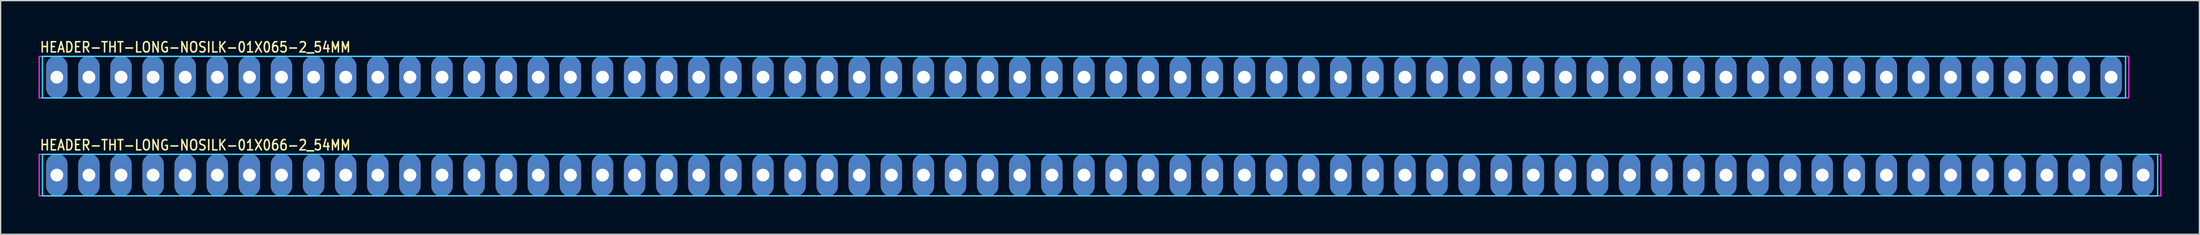
<source format=kicad_pcb>
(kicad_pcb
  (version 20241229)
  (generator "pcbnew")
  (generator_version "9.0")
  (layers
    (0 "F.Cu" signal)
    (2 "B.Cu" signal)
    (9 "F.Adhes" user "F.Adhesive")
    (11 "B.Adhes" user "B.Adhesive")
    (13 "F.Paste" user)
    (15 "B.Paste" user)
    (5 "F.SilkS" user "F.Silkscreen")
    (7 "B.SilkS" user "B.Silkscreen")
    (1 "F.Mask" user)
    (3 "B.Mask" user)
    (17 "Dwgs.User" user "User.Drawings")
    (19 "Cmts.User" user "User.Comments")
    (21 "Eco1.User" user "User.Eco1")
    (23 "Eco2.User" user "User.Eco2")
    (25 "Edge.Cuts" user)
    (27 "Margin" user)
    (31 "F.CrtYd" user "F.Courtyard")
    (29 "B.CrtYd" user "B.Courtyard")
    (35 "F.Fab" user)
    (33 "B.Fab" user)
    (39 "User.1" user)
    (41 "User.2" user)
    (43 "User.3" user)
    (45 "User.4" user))
  (footprint "HEADER-THT-LONG-NOSILK-01X066-2_54MM"
    (layer "F.Cu")
    (at 1.447 10.858)
    (property "Reference" "HEADER-THT-LONG-NOSILK-01X066-2_54MM" (at -1.4 -1.9 0) (unlocked yes) (layer "F.SilkS") (effects (font (size 0.813 0.695) (thickness 0.122)) (justify left bottom)))
    (fp_poly (pts (xy -1.143 -1.651) (xy 166.243 -1.651) (xy 166.243 1.651) (xy -1.143 1.651)) (stroke (width 0.1) (type solid)) (fill no) (layer "B.CrtYd"))
    (fp_poly (pts (xy -1.397 -1.651) (xy 166.497 -1.651) (xy 166.497 1.651) (xy -1.397 1.651)) (stroke (width 0.1) (type solid)) (fill no) (layer "F.CrtYd"))
    (pad "P$1" thru_hole oval (at 0 0 90) (size 3.387 1.693) (drill 1.016) (layers "*.Cu" "*.Mask"))
    (pad "P$2" thru_hole oval (at 2.54 0 90) (size 3.387 1.693) (drill 1.016) (layers "*.Cu" "*.Mask"))
    (pad "P$3" thru_hole oval (at 5.08 0 90) (size 3.387 1.693) (drill 1.016) (layers "*.Cu" "*.Mask"))
    (pad "P$4" thru_hole oval (at 7.62 0 90) (size 3.387 1.693) (drill 1.016) (layers "*.Cu" "*.Mask"))
    (pad "P$5" thru_hole oval (at 10.16 0 90) (size 3.387 1.693) (drill 1.016) (layers "*.Cu" "*.Mask"))
    (pad "P$6" thru_hole oval (at 12.7 0 90) (size 3.387 1.693) (drill 1.016) (layers "*.Cu" "*.Mask"))
    (pad "P$7" thru_hole oval (at 15.24 0 90) (size 3.387 1.693) (drill 1.016) (layers "*.Cu" "*.Mask"))
    (pad "P$8" thru_hole oval (at 17.78 0 90) (size 3.387 1.693) (drill 1.016) (layers "*.Cu" "*.Mask"))
    (pad "P$9" thru_hole oval (at 20.32 0 90) (size 3.387 1.693) (drill 1.016) (layers "*.Cu" "*.Mask"))
    (pad "P$10" thru_hole oval (at 22.86 0 90) (size 3.387 1.693) (drill 1.016) (layers "*.Cu" "*.Mask"))
    (pad "P$11" thru_hole oval (at 25.4 0 90) (size 3.387 1.693) (drill 1.016) (layers "*.Cu" "*.Mask"))
    (pad "P$12" thru_hole oval (at 27.94 0 90) (size 3.387 1.693) (drill 1.016) (layers "*.Cu" "*.Mask"))
    (pad "P$13" thru_hole oval (at 30.48 0 90) (size 3.387 1.693) (drill 1.016) (layers "*.Cu" "*.Mask"))
    (pad "P$14" thru_hole oval (at 33.02 0 90) (size 3.387 1.693) (drill 1.016) (layers "*.Cu" "*.Mask"))
    (pad "P$15" thru_hole oval (at 35.56 0 90) (size 3.387 1.693) (drill 1.016) (layers "*.Cu" "*.Mask"))
    (pad "P$16" thru_hole oval (at 38.1 0 90) (size 3.387 1.693) (drill 1.016) (layers "*.Cu" "*.Mask"))
    (pad "P$17" thru_hole oval (at 40.64 0 90) (size 3.387 1.693) (drill 1.016) (layers "*.Cu" "*.Mask"))
    (pad "P$18" thru_hole oval (at 43.18 0 90) (size 3.387 1.693) (drill 1.016) (layers "*.Cu" "*.Mask"))
    (pad "P$19" thru_hole oval (at 45.72 0 90) (size 3.387 1.693) (drill 1.016) (layers "*.Cu" "*.Mask"))
    (pad "P$20" thru_hole oval (at 48.26 0 90) (size 3.387 1.693) (drill 1.016) (layers "*.Cu" "*.Mask"))
    (pad "P$21" thru_hole oval (at 50.8 0 90) (size 3.387 1.693) (drill 1.016) (layers "*.Cu" "*.Mask"))
    (pad "P$22" thru_hole oval (at 53.34 0 90) (size 3.387 1.693) (drill 1.016) (layers "*.Cu" "*.Mask"))
    (pad "P$23" thru_hole oval (at 55.88 0 90) (size 3.387 1.693) (drill 1.016) (layers "*.Cu" "*.Mask"))
    (pad "P$24" thru_hole oval (at 58.42 0 90) (size 3.387 1.693) (drill 1.016) (layers "*.Cu" "*.Mask"))
    (pad "P$25" thru_hole oval (at 60.96 0 90) (size 3.387 1.693) (drill 1.016) (layers "*.Cu" "*.Mask"))
    (pad "P$26" thru_hole oval (at 63.5 0 90) (size 3.387 1.693) (drill 1.016) (layers "*.Cu" "*.Mask"))
    (pad "P$27" thru_hole oval (at 66.04 0 90) (size 3.387 1.693) (drill 1.016) (layers "*.Cu" "*.Mask"))
    (pad "P$28" thru_hole oval (at 68.58 0 90) (size 3.387 1.693) (drill 1.016) (layers "*.Cu" "*.Mask"))
    (pad "P$29" thru_hole oval (at 71.12 0 90) (size 3.387 1.693) (drill 1.016) (layers "*.Cu" "*.Mask"))
    (pad "P$30" thru_hole oval (at 73.66 0 90) (size 3.387 1.693) (drill 1.016) (layers "*.Cu" "*.Mask"))
    (pad "P$31" thru_hole oval (at 76.2 0 90) (size 3.387 1.693) (drill 1.016) (layers "*.Cu" "*.Mask"))
    (pad "P$32" thru_hole oval (at 78.74 0 90) (size 3.387 1.693) (drill 1.016) (layers "*.Cu" "*.Mask"))
    (pad "P$33" thru_hole oval (at 81.28 0 90) (size 3.387 1.693) (drill 1.016) (layers "*.Cu" "*.Mask"))
    (pad "P$34" thru_hole oval (at 83.82 0 90) (size 3.387 1.693) (drill 1.016) (layers "*.Cu" "*.Mask"))
    (pad "P$35" thru_hole oval (at 86.36 0 90) (size 3.387 1.693) (drill 1.016) (layers "*.Cu" "*.Mask"))
    (pad "P$36" thru_hole oval (at 88.9 0 90) (size 3.387 1.693) (drill 1.016) (layers "*.Cu" "*.Mask"))
    (pad "P$37" thru_hole oval (at 91.44 0 90) (size 3.387 1.693) (drill 1.016) (layers "*.Cu" "*.Mask"))
    (pad "P$38" thru_hole oval (at 93.98 0 90) (size 3.387 1.693) (drill 1.016) (layers "*.Cu" "*.Mask"))
    (pad "P$39" thru_hole oval (at 96.52 0 90) (size 3.387 1.693) (drill 1.016) (layers "*.Cu" "*.Mask"))
    (pad "P$40" thru_hole oval (at 99.06 0 90) (size 3.387 1.693) (drill 1.016) (layers "*.Cu" "*.Mask"))
    (pad "P$41" thru_hole oval (at 101.6 0 90) (size 3.387 1.693) (drill 1.016) (layers "*.Cu" "*.Mask"))
    (pad "P$42" thru_hole oval (at 104.14 0 90) (size 3.387 1.693) (drill 1.016) (layers "*.Cu" "*.Mask"))
    (pad "P$43" thru_hole oval (at 106.68 0 90) (size 3.387 1.693) (drill 1.016) (layers "*.Cu" "*.Mask"))
    (pad "P$44" thru_hole oval (at 109.22 0 90) (size 3.387 1.693) (drill 1.016) (layers "*.Cu" "*.Mask"))
    (pad "P$45" thru_hole oval (at 111.76 0 90) (size 3.387 1.693) (drill 1.016) (layers "*.Cu" "*.Mask"))
    (pad "P$46" thru_hole oval (at 114.3 0 90) (size 3.387 1.693) (drill 1.016) (layers "*.Cu" "*.Mask"))
    (pad "P$47" thru_hole oval (at 116.84 0 90) (size 3.387 1.693) (drill 1.016) (layers "*.Cu" "*.Mask"))
    (pad "P$48" thru_hole oval (at 119.38 0 90) (size 3.387 1.693) (drill 1.016) (layers "*.Cu" "*.Mask"))
    (pad "P$49" thru_hole oval (at 121.92 0 90) (size 3.387 1.693) (drill 1.016) (layers "*.Cu" "*.Mask"))
    (pad "P$50" thru_hole oval (at 124.46 0 90) (size 3.387 1.693) (drill 1.016) (layers "*.Cu" "*.Mask"))
    (pad "P$51" thru_hole oval (at 127 0 90) (size 3.387 1.693) (drill 1.016) (layers "*.Cu" "*.Mask"))
    (pad "P$52" thru_hole oval (at 129.54 0 90) (size 3.387 1.693) (drill 1.016) (layers "*.Cu" "*.Mask"))
    (pad "P$53" thru_hole oval (at 132.08 0 90) (size 3.387 1.693) (drill 1.016) (layers "*.Cu" "*.Mask"))
    (pad "P$54" thru_hole oval (at 134.62 0 90) (size 3.387 1.693) (drill 1.016) (layers "*.Cu" "*.Mask"))
    (pad "P$55" thru_hole oval (at 137.16 0 90) (size 3.387 1.693) (drill 1.016) (layers "*.Cu" "*.Mask"))
    (pad "P$56" thru_hole oval (at 139.7 0 90) (size 3.387 1.693) (drill 1.016) (layers "*.Cu" "*.Mask"))
    (pad "P$57" thru_hole oval (at 142.24 0 90) (size 3.387 1.693) (drill 1.016) (layers "*.Cu" "*.Mask"))
    (pad "P$58" thru_hole oval (at 144.78 0 90) (size 3.387 1.693) (drill 1.016) (layers "*.Cu" "*.Mask"))
    (pad "P$59" thru_hole oval (at 147.32 0 90) (size 3.387 1.693) (drill 1.016) (layers "*.Cu" "*.Mask"))
    (pad "P$60" thru_hole oval (at 149.86 0 90) (size 3.387 1.693) (drill 1.016) (layers "*.Cu" "*.Mask"))
    (pad "P$61" thru_hole oval (at 152.4 0 90) (size 3.387 1.693) (drill 1.016) (layers "*.Cu" "*.Mask"))
    (pad "P$62" thru_hole oval (at 154.94 0 90) (size 3.387 1.693) (drill 1.016) (layers "*.Cu" "*.Mask"))
    (pad "P$63" thru_hole oval (at 157.48 0 90) (size 3.387 1.693) (drill 1.016) (layers "*.Cu" "*.Mask"))
    (pad "P$64" thru_hole oval (at 160.02 0 90) (size 3.387 1.693) (drill 1.016) (layers "*.Cu" "*.Mask"))
    (pad "P$65" thru_hole oval (at 162.56 0 90) (size 3.387 1.693) (drill 1.016) (layers "*.Cu" "*.Mask"))
    (pad "P$66" thru_hole oval (at 165.1 0 90) (size 3.387 1.693) (drill 1.016) (layers "*.Cu" "*.Mask")))
  (footprint "HEADER-THT-LONG-NOSILK-01X065-2_54MM"
    (layer "F.Cu")
    (at 1.447 3.079)
    (property "Reference" "HEADER-THT-LONG-NOSILK-01X065-2_54MM" (at -1.4 -1.9 0) (unlocked yes) (layer "F.SilkS") (effects (font (size 0.813 0.695) (thickness 0.122)) (justify left bottom)))
    (fp_poly (pts (xy -1.143 -1.651) (xy 163.703 -1.651) (xy 163.703 1.651) (xy -1.143 1.651)) (stroke (width 0.1) (type solid)) (fill no) (layer "B.CrtYd"))
    (fp_poly (pts (xy -1.397 -1.651) (xy 163.957 -1.651) (xy 163.957 1.651) (xy -1.397 1.651)) (stroke (width 0.1) (type solid)) (fill no) (layer "F.CrtYd"))
    (pad "P$1" thru_hole oval (at 0 0 90) (size 3.387 1.693) (drill 1.016) (layers "*.Cu" "*.Mask"))
    (pad "P$2" thru_hole oval (at 2.54 0 90) (size 3.387 1.693) (drill 1.016) (layers "*.Cu" "*.Mask"))
    (pad "P$3" thru_hole oval (at 5.08 0 90) (size 3.387 1.693) (drill 1.016) (layers "*.Cu" "*.Mask"))
    (pad "P$4" thru_hole oval (at 7.62 0 90) (size 3.387 1.693) (drill 1.016) (layers "*.Cu" "*.Mask"))
    (pad "P$5" thru_hole oval (at 10.16 0 90) (size 3.387 1.693) (drill 1.016) (layers "*.Cu" "*.Mask"))
    (pad "P$6" thru_hole oval (at 12.7 0 90) (size 3.387 1.693) (drill 1.016) (layers "*.Cu" "*.Mask"))
    (pad "P$7" thru_hole oval (at 15.24 0 90) (size 3.387 1.693) (drill 1.016) (layers "*.Cu" "*.Mask"))
    (pad "P$8" thru_hole oval (at 17.78 0 90) (size 3.387 1.693) (drill 1.016) (layers "*.Cu" "*.Mask"))
    (pad "P$9" thru_hole oval (at 20.32 0 90) (size 3.387 1.693) (drill 1.016) (layers "*.Cu" "*.Mask"))
    (pad "P$10" thru_hole oval (at 22.86 0 90) (size 3.387 1.693) (drill 1.016) (layers "*.Cu" "*.Mask"))
    (pad "P$11" thru_hole oval (at 25.4 0 90) (size 3.387 1.693) (drill 1.016) (layers "*.Cu" "*.Mask"))
    (pad "P$12" thru_hole oval (at 27.94 0 90) (size 3.387 1.693) (drill 1.016) (layers "*.Cu" "*.Mask"))
    (pad "P$13" thru_hole oval (at 30.48 0 90) (size 3.387 1.693) (drill 1.016) (layers "*.Cu" "*.Mask"))
    (pad "P$14" thru_hole oval (at 33.02 0 90) (size 3.387 1.693) (drill 1.016) (layers "*.Cu" "*.Mask"))
    (pad "P$15" thru_hole oval (at 35.56 0 90) (size 3.387 1.693) (drill 1.016) (layers "*.Cu" "*.Mask"))
    (pad "P$16" thru_hole oval (at 38.1 0 90) (size 3.387 1.693) (drill 1.016) (layers "*.Cu" "*.Mask"))
    (pad "P$17" thru_hole oval (at 40.64 0 90) (size 3.387 1.693) (drill 1.016) (layers "*.Cu" "*.Mask"))
    (pad "P$18" thru_hole oval (at 43.18 0 90) (size 3.387 1.693) (drill 1.016) (layers "*.Cu" "*.Mask"))
    (pad "P$19" thru_hole oval (at 45.72 0 90) (size 3.387 1.693) (drill 1.016) (layers "*.Cu" "*.Mask"))
    (pad "P$20" thru_hole oval (at 48.26 0 90) (size 3.387 1.693) (drill 1.016) (layers "*.Cu" "*.Mask"))
    (pad "P$21" thru_hole oval (at 50.8 0 90) (size 3.387 1.693) (drill 1.016) (layers "*.Cu" "*.Mask"))
    (pad "P$22" thru_hole oval (at 53.34 0 90) (size 3.387 1.693) (drill 1.016) (layers "*.Cu" "*.Mask"))
    (pad "P$23" thru_hole oval (at 55.88 0 90) (size 3.387 1.693) (drill 1.016) (layers "*.Cu" "*.Mask"))
    (pad "P$24" thru_hole oval (at 58.42 0 90) (size 3.387 1.693) (drill 1.016) (layers "*.Cu" "*.Mask"))
    (pad "P$25" thru_hole oval (at 60.96 0 90) (size 3.387 1.693) (drill 1.016) (layers "*.Cu" "*.Mask"))
    (pad "P$26" thru_hole oval (at 63.5 0 90) (size 3.387 1.693) (drill 1.016) (layers "*.Cu" "*.Mask"))
    (pad "P$27" thru_hole oval (at 66.04 0 90) (size 3.387 1.693) (drill 1.016) (layers "*.Cu" "*.Mask"))
    (pad "P$28" thru_hole oval (at 68.58 0 90) (size 3.387 1.693) (drill 1.016) (layers "*.Cu" "*.Mask"))
    (pad "P$29" thru_hole oval (at 71.12 0 90) (size 3.387 1.693) (drill 1.016) (layers "*.Cu" "*.Mask"))
    (pad "P$30" thru_hole oval (at 73.66 0 90) (size 3.387 1.693) (drill 1.016) (layers "*.Cu" "*.Mask"))
    (pad "P$31" thru_hole oval (at 76.2 0 90) (size 3.387 1.693) (drill 1.016) (layers "*.Cu" "*.Mask"))
    (pad "P$32" thru_hole oval (at 78.74 0 90) (size 3.387 1.693) (drill 1.016) (layers "*.Cu" "*.Mask"))
    (pad "P$33" thru_hole oval (at 81.28 0 90) (size 3.387 1.693) (drill 1.016) (layers "*.Cu" "*.Mask"))
    (pad "P$34" thru_hole oval (at 83.82 0 90) (size 3.387 1.693) (drill 1.016) (layers "*.Cu" "*.Mask"))
    (pad "P$35" thru_hole oval (at 86.36 0 90) (size 3.387 1.693) (drill 1.016) (layers "*.Cu" "*.Mask"))
    (pad "P$36" thru_hole oval (at 88.9 0 90) (size 3.387 1.693) (drill 1.016) (layers "*.Cu" "*.Mask"))
    (pad "P$37" thru_hole oval (at 91.44 0 90) (size 3.387 1.693) (drill 1.016) (layers "*.Cu" "*.Mask"))
    (pad "P$38" thru_hole oval (at 93.98 0 90) (size 3.387 1.693) (drill 1.016) (layers "*.Cu" "*.Mask"))
    (pad "P$39" thru_hole oval (at 96.52 0 90) (size 3.387 1.693) (drill 1.016) (layers "*.Cu" "*.Mask"))
    (pad "P$40" thru_hole oval (at 99.06 0 90) (size 3.387 1.693) (drill 1.016) (layers "*.Cu" "*.Mask"))
    (pad "P$41" thru_hole oval (at 101.6 0 90) (size 3.387 1.693) (drill 1.016) (layers "*.Cu" "*.Mask"))
    (pad "P$42" thru_hole oval (at 104.14 0 90) (size 3.387 1.693) (drill 1.016) (layers "*.Cu" "*.Mask"))
    (pad "P$43" thru_hole oval (at 106.68 0 90) (size 3.387 1.693) (drill 1.016) (layers "*.Cu" "*.Mask"))
    (pad "P$44" thru_hole oval (at 109.22 0 90) (size 3.387 1.693) (drill 1.016) (layers "*.Cu" "*.Mask"))
    (pad "P$45" thru_hole oval (at 111.76 0 90) (size 3.387 1.693) (drill 1.016) (layers "*.Cu" "*.Mask"))
    (pad "P$46" thru_hole oval (at 114.3 0 90) (size 3.387 1.693) (drill 1.016) (layers "*.Cu" "*.Mask"))
    (pad "P$47" thru_hole oval (at 116.84 0 90) (size 3.387 1.693) (drill 1.016) (layers "*.Cu" "*.Mask"))
    (pad "P$48" thru_hole oval (at 119.38 0 90) (size 3.387 1.693) (drill 1.016) (layers "*.Cu" "*.Mask"))
    (pad "P$49" thru_hole oval (at 121.92 0 90) (size 3.387 1.693) (drill 1.016) (layers "*.Cu" "*.Mask"))
    (pad "P$50" thru_hole oval (at 124.46 0 90) (size 3.387 1.693) (drill 1.016) (layers "*.Cu" "*.Mask"))
    (pad "P$51" thru_hole oval (at 127 0 90) (size 3.387 1.693) (drill 1.016) (layers "*.Cu" "*.Mask"))
    (pad "P$52" thru_hole oval (at 129.54 0 90) (size 3.387 1.693) (drill 1.016) (layers "*.Cu" "*.Mask"))
    (pad "P$53" thru_hole oval (at 132.08 0 90) (size 3.387 1.693) (drill 1.016) (layers "*.Cu" "*.Mask"))
    (pad "P$54" thru_hole oval (at 134.62 0 90) (size 3.387 1.693) (drill 1.016) (layers "*.Cu" "*.Mask"))
    (pad "P$55" thru_hole oval (at 137.16 0 90) (size 3.387 1.693) (drill 1.016) (layers "*.Cu" "*.Mask"))
    (pad "P$56" thru_hole oval (at 139.7 0 90) (size 3.387 1.693) (drill 1.016) (layers "*.Cu" "*.Mask"))
    (pad "P$57" thru_hole oval (at 142.24 0 90) (size 3.387 1.693) (drill 1.016) (layers "*.Cu" "*.Mask"))
    (pad "P$58" thru_hole oval (at 144.78 0 90) (size 3.387 1.693) (drill 1.016) (layers "*.Cu" "*.Mask"))
    (pad "P$59" thru_hole oval (at 147.32 0 90) (size 3.387 1.693) (drill 1.016) (layers "*.Cu" "*.Mask"))
    (pad "P$60" thru_hole oval (at 149.86 0 90) (size 3.387 1.693) (drill 1.016) (layers "*.Cu" "*.Mask"))
    (pad "P$61" thru_hole oval (at 152.4 0 90) (size 3.387 1.693) (drill 1.016) (layers "*.Cu" "*.Mask"))
    (pad "P$62" thru_hole oval (at 154.94 0 90) (size 3.387 1.693) (drill 1.016) (layers "*.Cu" "*.Mask"))
    (pad "P$63" thru_hole oval (at 157.48 0 90) (size 3.387 1.693) (drill 1.016) (layers "*.Cu" "*.Mask"))
    (pad "P$64" thru_hole oval (at 160.02 0 90) (size 3.387 1.693) (drill 1.016) (layers "*.Cu" "*.Mask"))
    (pad "P$65" thru_hole oval (at 162.56 0 90) (size 3.387 1.693) (drill 1.016) (layers "*.Cu" "*.Mask")))
  (gr_rect
    (start -3 -3)
    (end 170.994 15.559)
    (stroke (width 0.1) (type default))
    (fill no)
    (layer "Edge.Cuts")))
</source>
